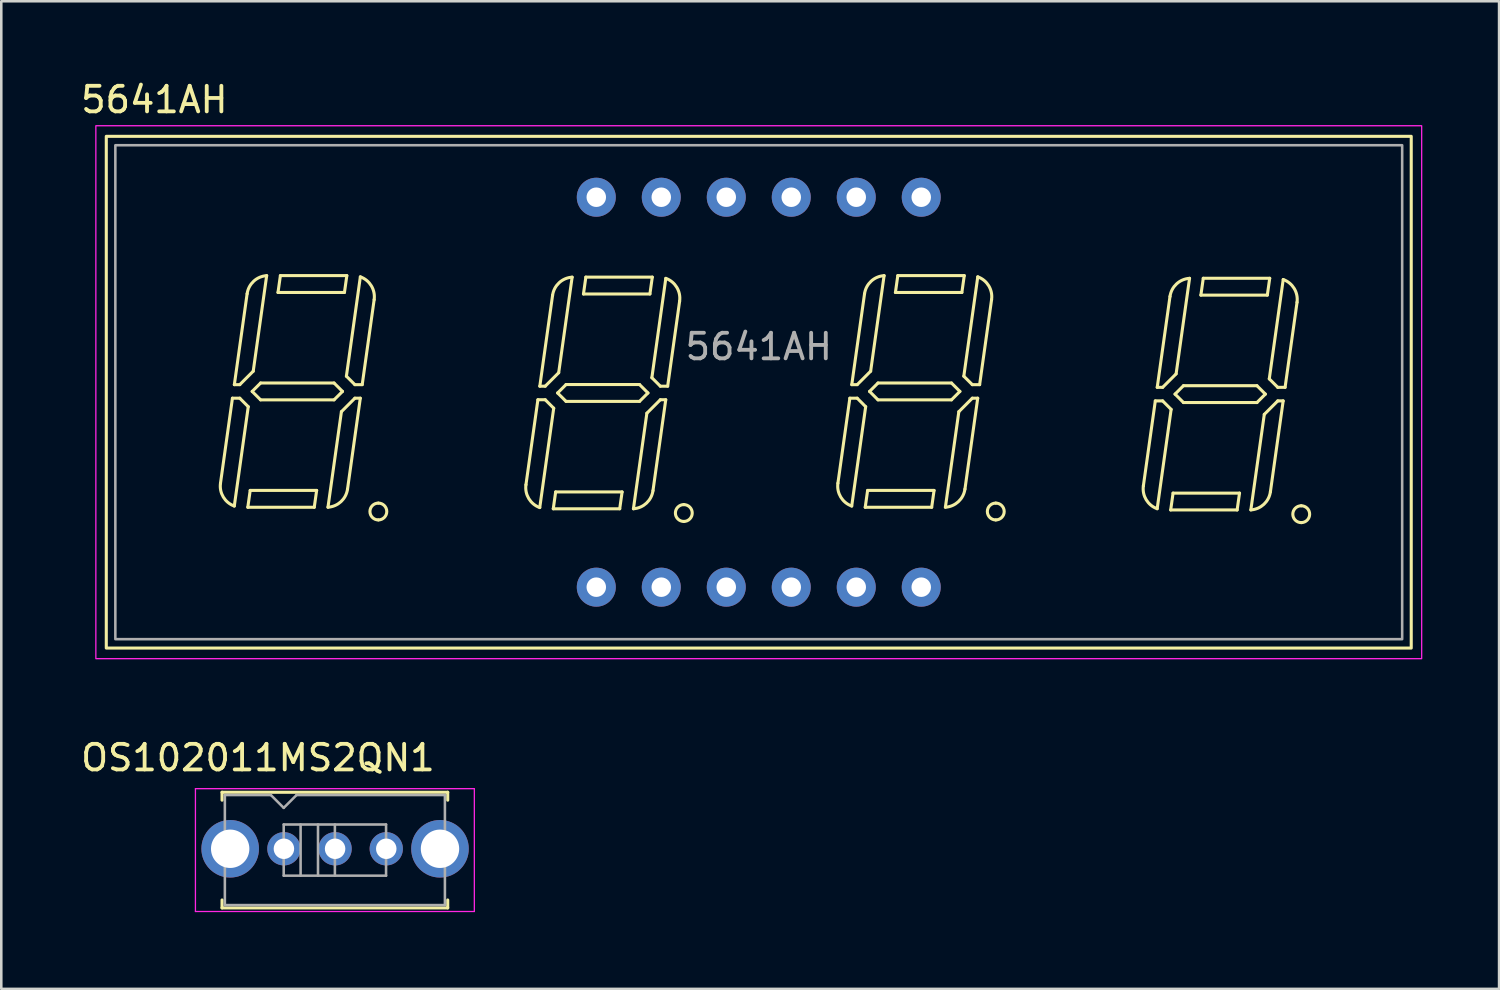
<source format=kicad_pcb>
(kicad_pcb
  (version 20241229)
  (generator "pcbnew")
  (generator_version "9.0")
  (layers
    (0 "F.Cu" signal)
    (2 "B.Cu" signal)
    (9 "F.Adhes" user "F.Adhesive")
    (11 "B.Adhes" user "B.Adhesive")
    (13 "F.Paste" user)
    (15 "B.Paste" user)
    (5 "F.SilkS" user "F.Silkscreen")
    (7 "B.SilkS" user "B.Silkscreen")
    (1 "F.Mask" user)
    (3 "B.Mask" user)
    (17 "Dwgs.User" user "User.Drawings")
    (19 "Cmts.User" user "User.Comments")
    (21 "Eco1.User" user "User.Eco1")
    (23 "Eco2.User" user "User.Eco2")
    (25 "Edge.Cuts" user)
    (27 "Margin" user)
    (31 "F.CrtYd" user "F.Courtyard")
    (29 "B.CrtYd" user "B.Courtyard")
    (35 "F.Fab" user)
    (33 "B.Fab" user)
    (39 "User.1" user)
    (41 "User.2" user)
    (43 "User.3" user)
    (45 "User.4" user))
  (footprint "OS102011MS2QN1"
    (layer "F.Cu")
    (at 8.046 30.122)
    (property "Reference" "OS102011MS2QN1" (at -1.016 -3.556 0) (layer "F.SilkS") (effects (font (size 1 1) (thickness 0.15))))
    (attr through_hole)
    (fp_line (start -2.418 -2.209) (end 6.402 -2.209) (stroke (width 0.12) (type solid)) (layer "F.SilkS"))
    (fp_line (start -2.418 -1.899) (end -2.418 -2.209) (stroke (width 0.12) (type solid)) (layer "F.SilkS"))
    (fp_line (start -2.418 2.311) (end -2.418 2.001) (stroke (width 0.12) (type solid)) (layer "F.SilkS"))
    (fp_line (start 6.402 -2.209) (end 6.402 -1.899) (stroke (width 0.12) (type solid)) (layer "F.SilkS"))
    (fp_line (start 6.402 2.311) (end -2.418 2.311) (stroke (width 0.12) (type solid)) (layer "F.SilkS"))
    (fp_line (start 6.402 2.311) (end 6.402 2.001) (stroke (width 0.12) (type solid)) (layer "F.SilkS"))
    (fp_line (start -3.458 -2.349) (end 7.442 -2.349) (stroke (width 0.05) (type solid)) (layer "F.CrtYd"))
    (fp_line (start -3.458 2.451) (end -3.458 -2.349) (stroke (width 0.05) (type solid)) (layer "F.CrtYd"))
    (fp_line (start 7.442 -2.349) (end 7.442 2.451) (stroke (width 0.05) (type solid)) (layer "F.CrtYd"))
    (fp_line (start 7.442 2.451) (end -3.458 2.451) (stroke (width 0.05) (type solid)) (layer "F.CrtYd"))
    (fp_line (start -2.308 -2.099) (end -0.508 -2.099) (stroke (width 0.1) (type solid)) (layer "F.Fab"))
    (fp_line (start -2.308 2.201) (end -2.308 -2.099) (stroke (width 0.1) (type solid)) (layer "F.Fab"))
    (fp_line (start -0.508 -2.099) (end -0.008 -1.599) (stroke (width 0.1) (type solid)) (layer "F.Fab"))
    (fp_line (start -0.008 -1.599) (end 0.492 -2.099) (stroke (width 0.1) (type solid)) (layer "F.Fab"))
    (fp_line (start -0.008 -0.949) (end -0.008 1.051) (stroke (width 0.1) (type solid)) (layer "F.Fab"))
    (fp_line (start -0.008 -0.949) (end 3.992 -0.949) (stroke (width 0.1) (type solid)) (layer "F.Fab"))
    (fp_line (start -0.008 1.051) (end 3.992 1.051) (stroke (width 0.1) (type solid)) (layer "F.Fab"))
    (fp_line (start 0.492 -2.099) (end 6.292 -2.099) (stroke (width 0.1) (type solid)) (layer "F.Fab"))
    (fp_line (start 0.652 -0.949) (end 0.652 1.051) (stroke (width 0.1) (type solid)) (layer "F.Fab"))
    (fp_line (start 1.332 -0.949) (end 1.332 1.051) (stroke (width 0.1) (type solid)) (layer "F.Fab"))
    (fp_line (start 1.992 -0.949) (end 1.992 1.051) (stroke (width 0.1) (type solid)) (layer "F.Fab"))
    (fp_line (start 3.992 -0.949) (end 3.992 1.051) (stroke (width 0.1) (type solid)) (layer "F.Fab"))
    (fp_line (start 6.292 -2.099) (end 6.292 2.201) (stroke (width 0.1) (type solid)) (layer "F.Fab"))
    (fp_line (start 6.292 2.201) (end -2.308 2.201) (stroke (width 0.1) (type solid)) (layer "F.Fab"))
    (pad "" thru_hole circle (at -2.1 0) (size 2.25 2.25) (drill 1.5) (layers "*.Cu" "*.Mask"))
    (pad "" thru_hole circle (at 6.1 0) (size 2.25 2.25) (drill 1.5) (layers "*.Cu" "*.Mask"))
    (pad "1" thru_hole circle (at 0 0) (size 1.3 1.3) (drill 0.8) (layers "*.Cu" "*.Mask"))
    (pad "2" thru_hole circle (at 2 0) (size 1.3 1.3) (drill 0.8) (layers "*.Cu" "*.Mask"))
    (pad "3" thru_hole circle (at 4 0) (size 1.3 1.3) (drill 0.8) (layers "*.Cu" "*.Mask")))
  (footprint "5641AH"
    (layer "F.Cu")
    (at 26.604 12.278)
    (property "Reference" "5641AH" (at -23.622 -11.43 0) (unlocked yes) (layer "F.SilkS") (effects (font (size 1 1) (thickness 0.15))))
    (attr through_hole)
    (fp_line (start -20.57 0.235) (end -21.037 3.558) (stroke (width 0.12) (type solid)) (layer "F.SilkS"))
    (fp_line (start -20.497 4.449) (end -19.952 0.567) (stroke (width 0.12) (type solid)) (layer "F.SilkS"))
    (fp_line (start -20.495 -0.295) (end -20.283 -0.295) (stroke (width 0.12) (type solid)) (layer "F.SilkS"))
    (fp_line (start -20.283 -0.295) (end -19.757 -0.821) (stroke (width 0.12) (type solid)) (layer "F.SilkS"))
    (fp_line (start -20.283 0.235) (end -20.57 0.235) (stroke (width 0.12) (type solid)) (layer "F.SilkS"))
    (fp_line (start -19.996 -3.847) (end -20.495 -0.295) (stroke (width 0.12) (type solid)) (layer "F.SilkS"))
    (fp_line (start -19.969 4.497) (end -17.372 4.497) (stroke (width 0.12) (type solid)) (layer "F.SilkS"))
    (fp_line (start -19.952 0.567) (end -20.283 0.235) (stroke (width 0.12) (type solid)) (layer "F.SilkS"))
    (fp_line (start -19.876 3.839) (end -19.969 4.497) (stroke (width 0.12) (type solid)) (layer "F.SilkS"))
    (fp_line (start -19.799 -0.03) (end -19.47 0.299) (stroke (width 0.12) (type solid)) (layer "F.SilkS"))
    (fp_line (start -19.757 -0.821) (end -19.232 -4.555) (stroke (width 0.12) (type solid)) (layer "F.SilkS"))
    (fp_line (start -19.47 -0.359) (end -19.799 -0.03) (stroke (width 0.12) (type solid)) (layer "F.SilkS"))
    (fp_line (start -19.47 0.299) (end -16.598 0.299) (stroke (width 0.12) (type solid)) (layer "F.SilkS"))
    (fp_line (start -18.789 -3.898) (end -16.192 -3.898) (stroke (width 0.12) (type solid)) (layer "F.SilkS"))
    (fp_line (start -18.696 -4.556) (end -18.789 -3.898) (stroke (width 0.12) (type solid)) (layer "F.SilkS"))
    (fp_line (start -17.372 4.497) (end -17.279 3.839) (stroke (width 0.12) (type solid)) (layer "F.SilkS"))
    (fp_line (start -17.279 3.839) (end -19.876 3.839) (stroke (width 0.12) (type solid)) (layer "F.SilkS"))
    (fp_line (start -16.598 -0.359) (end -19.47 -0.359) (stroke (width 0.12) (type solid)) (layer "F.SilkS"))
    (fp_line (start -16.598 0.299) (end -16.269 -0.03) (stroke (width 0.12) (type solid)) (layer "F.SilkS"))
    (fp_line (start -16.311 0.762) (end -16.836 4.495) (stroke (width 0.12) (type solid)) (layer "F.SilkS"))
    (fp_line (start -16.269 -0.03) (end -16.598 -0.359) (stroke (width 0.12) (type solid)) (layer "F.SilkS"))
    (fp_line (start -16.192 -3.898) (end -16.099 -4.556) (stroke (width 0.12) (type solid)) (layer "F.SilkS"))
    (fp_line (start -16.116 -0.626) (end -15.785 -0.295) (stroke (width 0.12) (type solid)) (layer "F.SilkS"))
    (fp_line (start -16.099 -4.556) (end -18.696 -4.556) (stroke (width 0.12) (type solid)) (layer "F.SilkS"))
    (fp_line (start -16.072 3.788) (end -15.573 0.235) (stroke (width 0.12) (type solid)) (layer "F.SilkS"))
    (fp_line (start -15.785 -0.295) (end -15.498 -0.295) (stroke (width 0.12) (type solid)) (layer "F.SilkS"))
    (fp_line (start -15.785 0.235) (end -16.311 0.762) (stroke (width 0.12) (type solid)) (layer "F.SilkS"))
    (fp_line (start -15.573 0.235) (end -15.785 0.235) (stroke (width 0.12) (type solid)) (layer "F.SilkS"))
    (fp_line (start -15.571 -4.508) (end -16.116 -0.626) (stroke (width 0.12) (type solid)) (layer "F.SilkS"))
    (fp_line (start -15.498 -0.295) (end -15.031 -3.618) (stroke (width 0.12) (type solid)) (layer "F.SilkS"))
    (fp_line (start -8.632 0.295) (end -9.099 3.618) (stroke (width 0.12) (type solid)) (layer "F.SilkS"))
    (fp_line (start -8.559 4.508) (end -8.014 0.626) (stroke (width 0.12) (type solid)) (layer "F.SilkS"))
    (fp_line (start -8.557 -0.235) (end -8.345 -0.235) (stroke (width 0.12) (type solid)) (layer "F.SilkS"))
    (fp_line (start -8.345 -0.235) (end -7.819 -0.762) (stroke (width 0.12) (type solid)) (layer "F.SilkS"))
    (fp_line (start -8.345 0.295) (end -8.632 0.295) (stroke (width 0.12) (type solid)) (layer "F.SilkS"))
    (fp_line (start -8.058 -3.788) (end -8.557 -0.235) (stroke (width 0.12) (type solid)) (layer "F.SilkS"))
    (fp_line (start -8.031 4.556) (end -5.434 4.556) (stroke (width 0.12) (type solid)) (layer "F.SilkS"))
    (fp_line (start -8.014 0.626) (end -8.345 0.295) (stroke (width 0.12) (type solid)) (layer "F.SilkS"))
    (fp_line (start -7.938 3.898) (end -8.031 4.556) (stroke (width 0.12) (type solid)) (layer "F.SilkS"))
    (fp_line (start -7.861 0.03) (end -7.532 0.359) (stroke (width 0.12) (type solid)) (layer "F.SilkS"))
    (fp_line (start -7.819 -0.762) (end -7.294 -4.495) (stroke (width 0.12) (type solid)) (layer "F.SilkS"))
    (fp_line (start -7.532 -0.299) (end -7.861 0.03) (stroke (width 0.12) (type solid)) (layer "F.SilkS"))
    (fp_line (start -7.532 0.359) (end -4.66 0.359) (stroke (width 0.12) (type solid)) (layer "F.SilkS"))
    (fp_line (start -6.851 -3.839) (end -4.254 -3.839) (stroke (width 0.12) (type solid)) (layer "F.SilkS"))
    (fp_line (start -6.758 -4.497) (end -6.851 -3.839) (stroke (width 0.12) (type solid)) (layer "F.SilkS"))
    (fp_line (start -5.434 4.556) (end -5.341 3.898) (stroke (width 0.12) (type solid)) (layer "F.SilkS"))
    (fp_line (start -5.341 3.898) (end -7.938 3.898) (stroke (width 0.12) (type solid)) (layer "F.SilkS"))
    (fp_line (start -4.66 -0.299) (end -7.532 -0.299) (stroke (width 0.12) (type solid)) (layer "F.SilkS"))
    (fp_line (start -4.66 0.359) (end -4.331 0.03) (stroke (width 0.12) (type solid)) (layer "F.SilkS"))
    (fp_line (start -4.373 0.821) (end -4.898 4.555) (stroke (width 0.12) (type solid)) (layer "F.SilkS"))
    (fp_line (start -4.331 0.03) (end -4.66 -0.299) (stroke (width 0.12) (type solid)) (layer "F.SilkS"))
    (fp_line (start -4.254 -3.839) (end -4.161 -4.497) (stroke (width 0.12) (type solid)) (layer "F.SilkS"))
    (fp_line (start -4.178 -0.567) (end -3.847 -0.235) (stroke (width 0.12) (type solid)) (layer "F.SilkS"))
    (fp_line (start -4.161 -4.497) (end -6.758 -4.497) (stroke (width 0.12) (type solid)) (layer "F.SilkS"))
    (fp_line (start -4.134 3.847) (end -3.635 0.295) (stroke (width 0.12) (type solid)) (layer "F.SilkS"))
    (fp_line (start -3.847 -0.235) (end -3.56 -0.235) (stroke (width 0.12) (type solid)) (layer "F.SilkS"))
    (fp_line (start -3.847 0.295) (end -4.373 0.821) (stroke (width 0.12) (type solid)) (layer "F.SilkS"))
    (fp_line (start -3.635 0.295) (end -3.847 0.295) (stroke (width 0.12) (type solid)) (layer "F.SilkS"))
    (fp_line (start -3.633 -4.449) (end -4.178 -0.567) (stroke (width 0.12) (type solid)) (layer "F.SilkS"))
    (fp_line (start -3.56 -0.235) (end -3.093 -3.558) (stroke (width 0.12) (type solid)) (layer "F.SilkS"))
    (fp_line (start 3.56 0.235) (end 3.093 3.558) (stroke (width 0.12) (type solid)) (layer "F.SilkS"))
    (fp_line (start 3.633 4.449) (end 4.178 0.567) (stroke (width 0.12) (type solid)) (layer "F.SilkS"))
    (fp_line (start 3.635 -0.295) (end 3.847 -0.295) (stroke (width 0.12) (type solid)) (layer "F.SilkS"))
    (fp_line (start 3.847 -0.295) (end 4.373 -0.821) (stroke (width 0.12) (type solid)) (layer "F.SilkS"))
    (fp_line (start 3.847 0.235) (end 3.56 0.235) (stroke (width 0.12) (type solid)) (layer "F.SilkS"))
    (fp_line (start 4.134 -3.847) (end 3.635 -0.295) (stroke (width 0.12) (type solid)) (layer "F.SilkS"))
    (fp_line (start 4.161 4.497) (end 6.758 4.497) (stroke (width 0.12) (type solid)) (layer "F.SilkS"))
    (fp_line (start 4.178 0.567) (end 3.847 0.235) (stroke (width 0.12) (type solid)) (layer "F.SilkS"))
    (fp_line (start 4.254 3.839) (end 4.161 4.497) (stroke (width 0.12) (type solid)) (layer "F.SilkS"))
    (fp_line (start 4.331 -0.03) (end 4.66 0.299) (stroke (width 0.12) (type solid)) (layer "F.SilkS"))
    (fp_line (start 4.373 -0.821) (end 4.898 -4.555) (stroke (width 0.12) (type solid)) (layer "F.SilkS"))
    (fp_line (start 4.66 -0.359) (end 4.331 -0.03) (stroke (width 0.12) (type solid)) (layer "F.SilkS"))
    (fp_line (start 4.66 0.299) (end 7.532 0.299) (stroke (width 0.12) (type solid)) (layer "F.SilkS"))
    (fp_line (start 5.341 -3.898) (end 7.938 -3.898) (stroke (width 0.12) (type solid)) (layer "F.SilkS"))
    (fp_line (start 5.434 -4.556) (end 5.341 -3.898) (stroke (width 0.12) (type solid)) (layer "F.SilkS"))
    (fp_line (start 6.758 4.497) (end 6.851 3.839) (stroke (width 0.12) (type solid)) (layer "F.SilkS"))
    (fp_line (start 6.851 3.839) (end 4.254 3.839) (stroke (width 0.12) (type solid)) (layer "F.SilkS"))
    (fp_line (start 7.532 -0.359) (end 4.66 -0.359) (stroke (width 0.12) (type solid)) (layer "F.SilkS"))
    (fp_line (start 7.532 0.299) (end 7.861 -0.03) (stroke (width 0.12) (type solid)) (layer "F.SilkS"))
    (fp_line (start 7.819 0.762) (end 7.294 4.495) (stroke (width 0.12) (type solid)) (layer "F.SilkS"))
    (fp_line (start 7.861 -0.03) (end 7.532 -0.359) (stroke (width 0.12) (type solid)) (layer "F.SilkS"))
    (fp_line (start 7.938 -3.898) (end 8.031 -4.556) (stroke (width 0.12) (type solid)) (layer "F.SilkS"))
    (fp_line (start 8.014 -0.626) (end 8.345 -0.295) (stroke (width 0.12) (type solid)) (layer "F.SilkS"))
    (fp_line (start 8.031 -4.556) (end 5.434 -4.556) (stroke (width 0.12) (type solid)) (layer "F.SilkS"))
    (fp_line (start 8.058 3.788) (end 8.557 0.235) (stroke (width 0.12) (type solid)) (layer "F.SilkS"))
    (fp_line (start 8.345 -0.295) (end 8.632 -0.295) (stroke (width 0.12) (type solid)) (layer "F.SilkS"))
    (fp_line (start 8.345 0.235) (end 7.819 0.762) (stroke (width 0.12) (type solid)) (layer "F.SilkS"))
    (fp_line (start 8.557 0.235) (end 8.345 0.235) (stroke (width 0.12) (type solid)) (layer "F.SilkS"))
    (fp_line (start 8.559 -4.508) (end 8.014 -0.626) (stroke (width 0.12) (type solid)) (layer "F.SilkS"))
    (fp_line (start 8.632 -0.295) (end 9.099 -3.618) (stroke (width 0.12) (type solid)) (layer "F.SilkS"))
    (fp_line (start 15.498 0.34) (end 15.031 3.663) (stroke (width 0.12) (type solid)) (layer "F.SilkS"))
    (fp_line (start 15.571 4.554) (end 16.116 0.672) (stroke (width 0.12) (type solid)) (layer "F.SilkS"))
    (fp_line (start 15.573 -0.19) (end 15.785 -0.19) (stroke (width 0.12) (type solid)) (layer "F.SilkS"))
    (fp_line (start 15.785 -0.19) (end 16.311 -0.717) (stroke (width 0.12) (type solid)) (layer "F.SilkS"))
    (fp_line (start 15.785 0.34) (end 15.498 0.34) (stroke (width 0.12) (type solid)) (layer "F.SilkS"))
    (fp_line (start 16.072 -3.742) (end 15.573 -0.19) (stroke (width 0.12) (type solid)) (layer "F.SilkS"))
    (fp_line (start 16.099 4.602) (end 18.696 4.602) (stroke (width 0.12) (type solid)) (layer "F.SilkS"))
    (fp_line (start 16.116 0.672) (end 15.785 0.34) (stroke (width 0.12) (type solid)) (layer "F.SilkS"))
    (fp_line (start 16.192 3.944) (end 16.099 4.602) (stroke (width 0.12) (type solid)) (layer "F.SilkS"))
    (fp_line (start 16.269 0.075) (end 16.598 0.404) (stroke (width 0.12) (type solid)) (layer "F.SilkS"))
    (fp_line (start 16.311 -0.717) (end 16.836 -4.45) (stroke (width 0.12) (type solid)) (layer "F.SilkS"))
    (fp_line (start 16.598 -0.254) (end 16.269 0.075) (stroke (width 0.12) (type solid)) (layer "F.SilkS"))
    (fp_line (start 16.598 0.404) (end 19.47 0.404) (stroke (width 0.12) (type solid)) (layer "F.SilkS"))
    (fp_line (start 17.279 -3.794) (end 19.876 -3.794) (stroke (width 0.12) (type solid)) (layer "F.SilkS"))
    (fp_line (start 17.372 -4.452) (end 17.279 -3.794) (stroke (width 0.12) (type solid)) (layer "F.SilkS"))
    (fp_line (start 18.696 4.602) (end 18.789 3.944) (stroke (width 0.12) (type solid)) (layer "F.SilkS"))
    (fp_line (start 18.789 3.944) (end 16.192 3.944) (stroke (width 0.12) (type solid)) (layer "F.SilkS"))
    (fp_line (start 19.47 -0.254) (end 16.598 -0.254) (stroke (width 0.12) (type solid)) (layer "F.SilkS"))
    (fp_line (start 19.47 0.404) (end 19.799 0.075) (stroke (width 0.12) (type solid)) (layer "F.SilkS"))
    (fp_line (start 19.757 0.867) (end 19.232 4.6) (stroke (width 0.12) (type solid)) (layer "F.SilkS"))
    (fp_line (start 19.799 0.075) (end 19.47 -0.254) (stroke (width 0.12) (type solid)) (layer "F.SilkS"))
    (fp_line (start 19.876 -3.794) (end 19.969 -4.452) (stroke (width 0.12) (type solid)) (layer "F.SilkS"))
    (fp_line (start 19.952 -0.522) (end 20.283 -0.19) (stroke (width 0.12) (type solid)) (layer "F.SilkS"))
    (fp_line (start 19.969 -4.452) (end 17.372 -4.452) (stroke (width 0.12) (type solid)) (layer "F.SilkS"))
    (fp_line (start 19.996 3.892) (end 20.495 0.34) (stroke (width 0.12) (type solid)) (layer "F.SilkS"))
    (fp_line (start 20.283 -0.19) (end 20.57 -0.19) (stroke (width 0.12) (type solid)) (layer "F.SilkS"))
    (fp_line (start 20.283 0.34) (end 19.757 0.867) (stroke (width 0.12) (type solid)) (layer "F.SilkS"))
    (fp_line (start 20.495 0.34) (end 20.283 0.34) (stroke (width 0.12) (type solid)) (layer "F.SilkS"))
    (fp_line (start 20.497 -4.404) (end 19.952 -0.522) (stroke (width 0.12) (type solid)) (layer "F.SilkS"))
    (fp_line (start 20.57 -0.19) (end 21.037 -3.513) (stroke (width 0.12) (type solid)) (layer "F.SilkS"))
    (fp_rect (start -25.5 -10) (end 25.5 10) (stroke (width 0.12) (type solid)) (fill no) (layer "F.SilkS"))
    (fp_arc (start -20.497289 4.449106) (mid -20.92548 4.099676) (end -21.036559 3.558279) (stroke (width 0.12) (type solid)) (layer "F.SilkS"))
    (fp_arc (start -19.995831 -3.846921) (mid -19.739827 -4.336727) (end -19.231909 -4.554596) (stroke (width 0.12) (type solid)) (layer "F.SilkS"))
    (fp_arc (start -16.072168 3.787636) (mid -16.328172 4.277442) (end -16.836091 4.49531) (stroke (width 0.12) (type solid)) (layer "F.SilkS"))
    (fp_arc (start -15.570711 -4.508392) (mid -15.14252 -4.158962) (end -15.031441 -3.617565) (stroke (width 0.12) (type solid)) (layer "F.SilkS"))
    (fp_arc (start -14.867056 4.333958) (mid -14.538057 4.662957) (end -14.867056 4.991956) (stroke (width 0.12) (type solid)) (layer "F.SilkS"))
    (fp_arc (start -14.867056 4.991957) (mid -15.196056 4.662957) (end -14.867056 4.333957) (stroke (width 0.12) (type solid)) (layer "F.SilkS"))
    (fp_arc (start -8.559289 4.508392) (mid -8.98748 4.158962) (end -9.098559 3.617565) (stroke (width 0.12) (type solid)) (layer "F.SilkS"))
    (fp_arc (start -8.057831 -3.787635) (mid -7.801827 -4.277441) (end -7.293909 -4.49531) (stroke (width 0.12) (type solid)) (layer "F.SilkS"))
    (fp_arc (start -4.134168 3.846922) (mid -4.390172 4.336728) (end -4.898091 4.554596) (stroke (width 0.12) (type solid)) (layer "F.SilkS"))
    (fp_arc (start -3.632711 -4.449106) (mid -3.20452 -4.099676) (end -3.093441 -3.558279) (stroke (width 0.12) (type solid)) (layer "F.SilkS"))
    (fp_arc (start -2.929056 4.393244) (mid -2.600057 4.722243) (end -2.929056 5.051242) (stroke (width 0.12) (type solid)) (layer "F.SilkS"))
    (fp_arc (start -2.929056 5.051243) (mid -3.258056 4.722243) (end -2.929056 4.393243) (stroke (width 0.12) (type solid)) (layer "F.SilkS"))
    (fp_arc (start 3.632712 4.449106) (mid 3.204521 4.099676) (end 3.093442 3.558279) (stroke (width 0.12) (type solid)) (layer "F.SilkS"))
    (fp_arc (start 4.13417 -3.846921) (mid 4.390174 -4.336727) (end 4.898092 -4.554596) (stroke (width 0.12) (type solid)) (layer "F.SilkS"))
    (fp_arc (start 8.057833 3.787636) (mid 7.801829 4.277442) (end 7.29391 4.49531) (stroke (width 0.12) (type solid)) (layer "F.SilkS"))
    (fp_arc (start 8.55929 -4.508392) (mid 8.987481 -4.158962) (end 9.09856 -3.617565) (stroke (width 0.12) (type solid)) (layer "F.SilkS"))
    (fp_arc (start 9.262945 4.333958) (mid 9.591944 4.662957) (end 9.262945 4.991956) (stroke (width 0.12) (type solid)) (layer "F.SilkS"))
    (fp_arc (start 9.262945 4.991957) (mid 8.933945 4.662957) (end 9.262945 4.333957) (stroke (width 0.12) (type solid)) (layer "F.SilkS"))
    (fp_arc (start 15.570712 4.553749) (mid 15.142521 4.204319) (end 15.031442 3.662922) (stroke (width 0.12) (type solid)) (layer "F.SilkS"))
    (fp_arc (start 16.07217 -3.742278) (mid 16.328174 -4.232084) (end 16.836092 -4.449953) (stroke (width 0.12) (type solid)) (layer "F.SilkS"))
    (fp_arc (start 19.995833 3.892279) (mid 19.739829 4.382085) (end 19.23191 4.599953) (stroke (width 0.12) (type solid)) (layer "F.SilkS"))
    (fp_arc (start 20.49729 -4.403749) (mid 20.925481 -4.054319) (end 21.03656 -3.512922) (stroke (width 0.12) (type solid)) (layer "F.SilkS"))
    (fp_arc (start 21.200945 4.438601) (mid 21.529944 4.7676) (end 21.200945 5.096599) (stroke (width 0.12) (type solid)) (layer "F.SilkS"))
    (fp_arc (start 21.200945 5.0966) (mid 20.871945 4.7676) (end 21.200945 4.4386) (stroke (width 0.12) (type solid)) (layer "F.SilkS"))
    (fp_rect (start -25.908 -10.414) (end 25.908 10.414) (stroke (width 0.05) (type solid)) (fill no) (layer "F.CrtYd"))
    (fp_rect (start -25.146 -9.652) (end 25.146 9.652) (stroke (width 0.1) (type solid)) (fill no) (layer "F.Fab"))
    (fp_text user "${REFERENCE}" (at 0 -1.778 0) (unlocked yes) (layer "F.Fab") (effects (font (size 1 1) (thickness 0.15))))
    (pad "1" thru_hole circle (at -6.35 7.62) (size 1.524 1.524) (drill 0.762) (layers "*.Cu" "*.Mask"))
    (pad "2" thru_hole circle (at -3.81 7.62) (size 1.524 1.524) (drill 0.762) (layers "*.Cu" "*.Mask"))
    (pad "3" thru_hole circle (at -1.27 7.62) (size 1.524 1.524) (drill 0.762) (layers "*.Cu" "*.Mask"))
    (pad "4" thru_hole circle (at 1.27 7.62) (size 1.524 1.524) (drill 0.762) (layers "*.Cu" "*.Mask"))
    (pad "5" thru_hole circle (at 3.81 7.62) (size 1.524 1.524) (drill 0.762) (layers "*.Cu" "*.Mask"))
    (pad "6" thru_hole circle (at 6.35 7.62) (size 1.524 1.524) (drill 0.762) (layers "*.Cu" "*.Mask"))
    (pad "7" thru_hole circle (at 6.35 -7.62) (size 1.524 1.524) (drill 0.762) (layers "*.Cu" "*.Mask"))
    (pad "8" thru_hole circle (at 3.81 -7.62) (size 1.524 1.524) (drill 0.762) (layers "*.Cu" "*.Mask"))
    (pad "9" thru_hole circle (at 1.27 -7.62) (size 1.524 1.524) (drill 0.762) (layers "*.Cu" "*.Mask"))
    (pad "10" thru_hole circle (at -1.27 -7.62) (size 1.524 1.524) (drill 0.762) (layers "*.Cu" "*.Mask"))
    (pad "11" thru_hole circle (at -3.81 -7.62) (size 1.524 1.524) (drill 0.762) (layers "*.Cu" "*.Mask"))
    (pad "12" thru_hole circle (at -6.35 -7.62) (size 1.524 1.524) (drill 0.762) (layers "*.Cu" "*.Mask")))
  (gr_rect
    (start -3 -3)
    (end 55.537 35.597)
    (stroke (width 0.1) (type default))
    (fill no)
    (layer "Edge.Cuts")))
</source>
